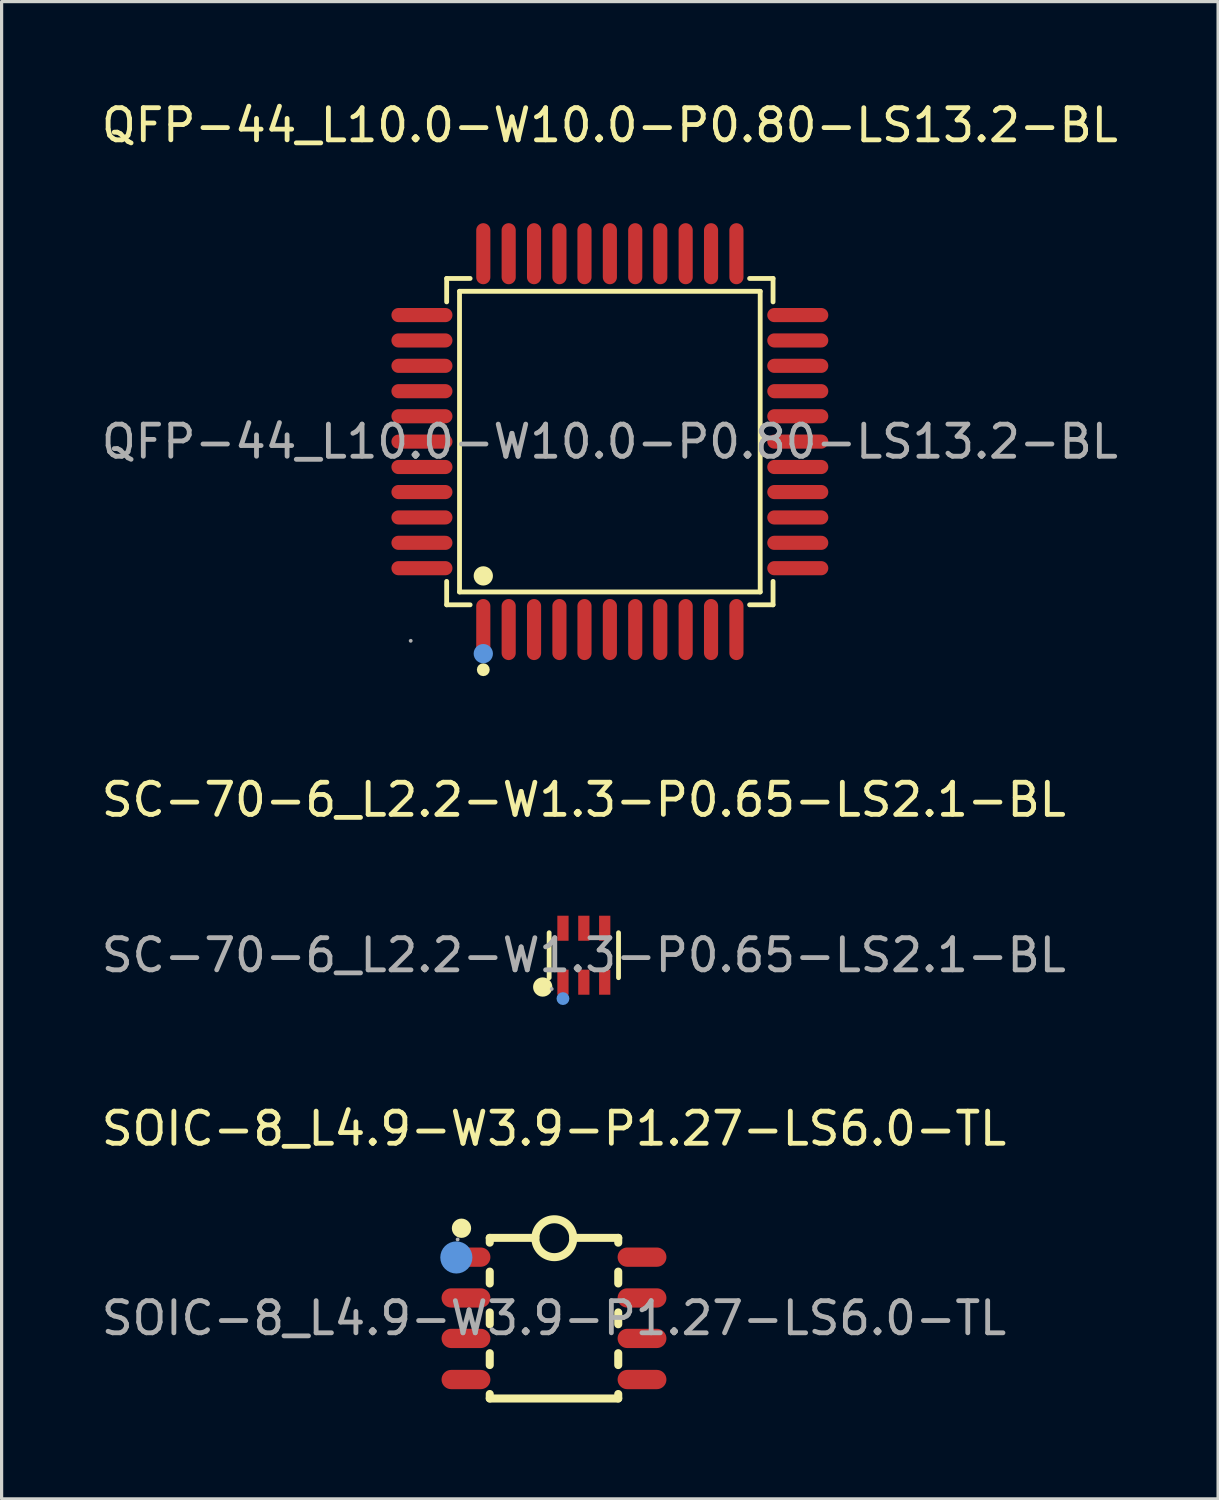
<source format=kicad_pcb>
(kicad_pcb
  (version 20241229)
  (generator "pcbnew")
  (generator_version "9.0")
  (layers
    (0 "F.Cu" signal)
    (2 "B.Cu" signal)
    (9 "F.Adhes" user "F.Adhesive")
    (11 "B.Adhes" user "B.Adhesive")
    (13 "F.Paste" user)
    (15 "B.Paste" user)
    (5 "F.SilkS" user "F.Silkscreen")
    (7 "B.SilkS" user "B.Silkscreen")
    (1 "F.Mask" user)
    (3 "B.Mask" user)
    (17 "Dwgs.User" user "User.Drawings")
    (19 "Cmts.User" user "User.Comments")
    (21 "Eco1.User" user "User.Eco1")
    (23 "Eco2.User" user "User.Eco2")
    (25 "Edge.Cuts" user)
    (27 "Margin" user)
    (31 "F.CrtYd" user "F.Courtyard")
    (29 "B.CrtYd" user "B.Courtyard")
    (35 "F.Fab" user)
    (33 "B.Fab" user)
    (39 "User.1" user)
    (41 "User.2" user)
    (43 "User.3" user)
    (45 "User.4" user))
  (footprint "SOIC-8_L4.9-W3.9-P1.27-LS6.0-TL"
    (layer "F.Cu")
    (at 14.196 37.985)
    (property "Reference" "SOIC-8_L4.9-W3.9-P1.27-LS6.0-TL" (at 0 -5.9 0) (layer "F.SilkS") (effects (font (size 1 1) (thickness 0.15))))
    (attr through_hole)
    (fp_line (start -2 -2.5) (end -2 -2.35) (stroke (width 0.25) (type solid)) (layer "F.SilkS"))
    (fp_line (start -2 -1.45) (end -2 -1.08) (stroke (width 0.25) (type solid)) (layer "F.SilkS"))
    (fp_line (start -2 -0.18) (end -2 0.19) (stroke (width 0.25) (type solid)) (layer "F.SilkS"))
    (fp_line (start -2 1.09) (end -2 1.46) (stroke (width 0.25) (type solid)) (layer "F.SilkS"))
    (fp_line (start -2 2.36) (end -2 2.5) (stroke (width 0.25) (type solid)) (layer "F.SilkS"))
    (fp_line (start -0.58 -2.5) (end -2 -2.5) (stroke (width 0.25) (type solid)) (layer "F.SilkS"))
    (fp_line (start 2 -2.5) (end 0.6 -2.5) (stroke (width 0.25) (type solid)) (layer "F.SilkS"))
    (fp_line (start 2 -2.5) (end 2 -2.35) (stroke (width 0.25) (type solid)) (layer "F.SilkS"))
    (fp_line (start 2 -1.45) (end 2 -1.08) (stroke (width 0.25) (type solid)) (layer "F.SilkS"))
    (fp_line (start 2 -0.18) (end 2 0.19) (stroke (width 0.25) (type solid)) (layer "F.SilkS"))
    (fp_line (start 2 1.09) (end 2 1.46) (stroke (width 0.25) (type solid)) (layer "F.SilkS"))
    (fp_line (start 2 2.36) (end 2 2.5) (stroke (width 0.25) (type solid)) (layer "F.SilkS"))
    (fp_line (start 2 2.5) (end -2 2.5) (stroke (width 0.25) (type solid)) (layer "F.SilkS"))
    (fp_arc (start -0.57991 -2.500297) (mid 0.599977 -2.484851) (end -0.58 -2.49) (stroke (width 0.25) (type solid)) (layer "F.SilkS"))
    (fp_circle (center -2.88 -2.8) (end -2.73 -2.8) (stroke (width 0.3) (type solid)) (fill no) (layer "F.SilkS"))
    (fp_circle (center -3.04 -1.89) (end -2.79 -1.89) (stroke (width 0.5) (type solid)) (fill no) (layer "Cmts.User"))
    (fp_circle (center -3 -2.45) (end -2.97 -2.45) (stroke (width 0.06) (type solid)) (fill no) (layer "F.Fab"))
    (fp_text user "${REFERENCE}" (at 0 0 0) (layer "F.Fab") (effects (font (size 1 1) (thickness 0.15))))
    (pad "1" smd oval (at -2.74 -1.9 90) (size 0.6 1.52) (layers "F.Cu" "F.Mask" "F.Paste"))
    (pad "2" smd oval (at -2.74 -0.63 90) (size 0.6 1.52) (layers "F.Cu" "F.Mask" "F.Paste"))
    (pad "3" smd oval (at -2.74 0.63 90) (size 0.6 1.52) (layers "F.Cu" "F.Mask" "F.Paste"))
    (pad "4" smd oval (at -2.74 1.91 90) (size 0.6 1.52) (layers "F.Cu" "F.Mask" "F.Paste"))
    (pad "5" smd oval (at 2.74 1.91 90) (size 0.6 1.52) (layers "F.Cu" "F.Mask" "F.Paste"))
    (pad "6" smd oval (at 2.74 0.63 90) (size 0.6 1.52) (layers "F.Cu" "F.Mask" "F.Paste"))
    (pad "7" smd oval (at 2.74 -0.63 90) (size 0.6 1.52) (layers "F.Cu" "F.Mask" "F.Paste"))
    (pad "8" smd oval (at 2.74 -1.9 90) (size 0.6 1.52) (layers "F.Cu" "F.Mask" "F.Paste")))
  (footprint "QFP-44_L10.0-W10.0-P0.80-LS13.2-BL"
    (layer "F.Cu")
    (at 15.935 10.698)
    (property "Reference" "QFP-44_L10.0-W10.0-P0.80-LS13.2-BL" (at 0 -9.85 0) (layer "F.SilkS") (effects (font (size 1 1) (thickness 0.15))))
    (attr through_hole)
    (fp_line (start -5.08 -5.08) (end -4.35 -5.08) (stroke (width 0.15) (type solid)) (layer "F.SilkS"))
    (fp_line (start -5.08 -4.35) (end -5.08 -5.08) (stroke (width 0.15) (type solid)) (layer "F.SilkS"))
    (fp_line (start -5.08 4.35) (end -5.08 5.08) (stroke (width 0.15) (type solid)) (layer "F.SilkS"))
    (fp_line (start -5.08 5.08) (end -4.35 5.08) (stroke (width 0.15) (type solid)) (layer "F.SilkS"))
    (fp_line (start -4.68 -4.68) (end 4.68 -4.68) (stroke (width 0.15) (type solid)) (layer "F.SilkS"))
    (fp_line (start -4.68 4.68) (end -4.68 -4.68) (stroke (width 0.15) (type solid)) (layer "F.SilkS"))
    (fp_line (start 4.68 -4.68) (end 4.68 4.68) (stroke (width 0.15) (type solid)) (layer "F.SilkS"))
    (fp_line (start 4.68 4.68) (end -4.68 4.68) (stroke (width 0.15) (type solid)) (layer "F.SilkS"))
    (fp_line (start 5.08 -5.08) (end 4.35 -5.08) (stroke (width 0.15) (type solid)) (layer "F.SilkS"))
    (fp_line (start 5.08 -4.35) (end 5.08 -5.08) (stroke (width 0.15) (type solid)) (layer "F.SilkS"))
    (fp_line (start 5.08 4.35) (end 5.08 5.08) (stroke (width 0.15) (type solid)) (layer "F.SilkS"))
    (fp_line (start 5.08 5.08) (end 4.35 5.08) (stroke (width 0.15) (type solid)) (layer "F.SilkS"))
    (fp_circle (center -3.94 4.18) (end -3.79 4.18) (stroke (width 0.3) (type solid)) (fill no) (layer "F.SilkS"))
    (fp_circle (center -3.94 7.1) (end -3.84 7.1) (stroke (width 0.2) (type solid)) (fill no) (layer "F.SilkS"))
    (fp_circle (center -3.94 6.6) (end -3.79 6.6) (stroke (width 0.3) (type solid)) (fill no) (layer "Cmts.User"))
    (fp_circle (center -6.2 6.2) (end -6.17 6.2) (stroke (width 0.06) (type solid)) (fill no) (layer "F.Fab"))
    (fp_text user "${REFERENCE}" (at 0 0 0) (layer "F.Fab") (effects (font (size 1 1) (thickness 0.15))))
    (pad "1" smd oval (at -3.94 5.85) (size 0.44 1.9) (layers "F.Cu" "F.Mask" "F.Paste"))
    (pad "2" smd oval (at -3.15 5.85) (size 0.44 1.9) (layers "F.Cu" "F.Mask" "F.Paste"))
    (pad "3" smd oval (at -2.36 5.85) (size 0.44 1.9) (layers "F.Cu" "F.Mask" "F.Paste"))
    (pad "4" smd oval (at -1.57 5.85) (size 0.44 1.9) (layers "F.Cu" "F.Mask" "F.Paste"))
    (pad "5" smd oval (at -0.79 5.85) (size 0.44 1.9) (layers "F.Cu" "F.Mask" "F.Paste"))
    (pad "6" smd oval (at 0 5.85) (size 0.44 1.9) (layers "F.Cu" "F.Mask" "F.Paste"))
    (pad "7" smd oval (at 0.79 5.85) (size 0.44 1.9) (layers "F.Cu" "F.Mask" "F.Paste"))
    (pad "8" smd oval (at 1.57 5.85) (size 0.44 1.9) (layers "F.Cu" "F.Mask" "F.Paste"))
    (pad "9" smd oval (at 2.36 5.85) (size 0.44 1.9) (layers "F.Cu" "F.Mask" "F.Paste"))
    (pad "10" smd oval (at 3.15 5.85) (size 0.44 1.9) (layers "F.Cu" "F.Mask" "F.Paste"))
    (pad "11" smd oval (at 3.94 5.85) (size 0.44 1.9) (layers "F.Cu" "F.Mask" "F.Paste"))
    (pad "12" smd oval (at 5.85 3.94) (size 1.9 0.44) (layers "F.Cu" "F.Mask" "F.Paste"))
    (pad "13" smd oval (at 5.85 3.15) (size 1.9 0.44) (layers "F.Cu" "F.Mask" "F.Paste"))
    (pad "14" smd oval (at 5.85 2.36) (size 1.9 0.44) (layers "F.Cu" "F.Mask" "F.Paste"))
    (pad "15" smd oval (at 5.85 1.57) (size 1.9 0.44) (layers "F.Cu" "F.Mask" "F.Paste"))
    (pad "16" smd oval (at 5.85 0.79) (size 1.9 0.44) (layers "F.Cu" "F.Mask" "F.Paste"))
    (pad "17" smd oval (at 5.85 0) (size 1.9 0.44) (layers "F.Cu" "F.Mask" "F.Paste"))
    (pad "18" smd oval (at 5.85 -0.79) (size 1.9 0.44) (layers "F.Cu" "F.Mask" "F.Paste"))
    (pad "19" smd oval (at 5.85 -1.57) (size 1.9 0.44) (layers "F.Cu" "F.Mask" "F.Paste"))
    (pad "20" smd oval (at 5.85 -2.36) (size 1.9 0.44) (layers "F.Cu" "F.Mask" "F.Paste"))
    (pad "21" smd oval (at 5.85 -3.15) (size 1.9 0.44) (layers "F.Cu" "F.Mask" "F.Paste"))
    (pad "22" smd oval (at 5.85 -3.94) (size 1.9 0.44) (layers "F.Cu" "F.Mask" "F.Paste"))
    (pad "23" smd oval (at 3.94 -5.85) (size 0.44 1.9) (layers "F.Cu" "F.Mask" "F.Paste"))
    (pad "24" smd oval (at 3.15 -5.85) (size 0.44 1.9) (layers "F.Cu" "F.Mask" "F.Paste"))
    (pad "25" smd oval (at 2.36 -5.85) (size 0.44 1.9) (layers "F.Cu" "F.Mask" "F.Paste"))
    (pad "26" smd oval (at 1.57 -5.85) (size 0.44 1.9) (layers "F.Cu" "F.Mask" "F.Paste"))
    (pad "27" smd oval (at 0.79 -5.85) (size 0.44 1.9) (layers "F.Cu" "F.Mask" "F.Paste"))
    (pad "28" smd oval (at 0 -5.85) (size 0.44 1.9) (layers "F.Cu" "F.Mask" "F.Paste"))
    (pad "29" smd oval (at -0.79 -5.85) (size 0.44 1.9) (layers "F.Cu" "F.Mask" "F.Paste"))
    (pad "30" smd oval (at -1.57 -5.85) (size 0.44 1.9) (layers "F.Cu" "F.Mask" "F.Paste"))
    (pad "31" smd oval (at -2.36 -5.85) (size 0.44 1.9) (layers "F.Cu" "F.Mask" "F.Paste"))
    (pad "32" smd oval (at -3.15 -5.85) (size 0.44 1.9) (layers "F.Cu" "F.Mask" "F.Paste"))
    (pad "33" smd oval (at -3.94 -5.85) (size 0.44 1.9) (layers "F.Cu" "F.Mask" "F.Paste"))
    (pad "34" smd oval (at -5.85 -3.94) (size 1.9 0.44) (layers "F.Cu" "F.Mask" "F.Paste"))
    (pad "35" smd oval (at -5.85 -3.15) (size 1.9 0.44) (layers "F.Cu" "F.Mask" "F.Paste"))
    (pad "36" smd oval (at -5.85 -2.36) (size 1.9 0.44) (layers "F.Cu" "F.Mask" "F.Paste"))
    (pad "37" smd oval (at -5.85 -1.57) (size 1.9 0.44) (layers "F.Cu" "F.Mask" "F.Paste"))
    (pad "38" smd oval (at -5.85 -0.79) (size 1.9 0.44) (layers "F.Cu" "F.Mask" "F.Paste"))
    (pad "39" smd oval (at -5.85 0) (size 1.9 0.44) (layers "F.Cu" "F.Mask" "F.Paste"))
    (pad "40" smd oval (at -5.85 0.79) (size 1.9 0.44) (layers "F.Cu" "F.Mask" "F.Paste"))
    (pad "41" smd oval (at -5.85 1.57) (size 1.9 0.44) (layers "F.Cu" "F.Mask" "F.Paste"))
    (pad "42" smd oval (at -5.85 2.36) (size 1.9 0.44) (layers "F.Cu" "F.Mask" "F.Paste"))
    (pad "43" smd oval (at -5.85 3.15) (size 1.9 0.44) (layers "F.Cu" "F.Mask" "F.Paste"))
    (pad "44" smd oval (at -5.85 3.94) (size 1.9 0.44) (layers "F.Cu" "F.Mask" "F.Paste")))
  (footprint "SC-70-6_L2.2-W1.3-P0.65-LS2.1-BL"
    (layer "F.Cu")
    (at 15.125 26.686)
    (property "Reference" "SC-70-6_L2.2-W1.3-P0.65-LS2.1-BL" (at 0 -4.84 0) (layer "F.SilkS") (effects (font (size 1 1) (thickness 0.15))))
    (attr through_hole)
    (fp_line (start -1.08 0.7) (end -1.08 -0.7) (stroke (width 0.15) (type solid)) (layer "F.SilkS"))
    (fp_line (start 1.08 0.7) (end 1.08 -0.7) (stroke (width 0.15) (type solid)) (layer "F.SilkS"))
    (fp_circle (center -1.28 0.99) (end -1.13 0.99) (stroke (width 0.3) (type solid)) (fill no) (layer "F.SilkS"))
    (fp_circle (center -0.65 1.35) (end -0.55 1.35) (stroke (width 0.2) (type solid)) (fill no) (layer "Cmts.User"))
    (fp_circle (center -1 1.05) (end -0.97 1.05) (stroke (width 0.06) (type solid)) (fill no) (layer "F.Fab"))
    (fp_text user "${REFERENCE}" (at 0 0 0) (layer "F.Fab") (effects (font (size 1 1) (thickness 0.15))))
    (pad "1" smd rect (at -0.65 0.84) (size 0.35 0.78) (layers "F.Cu" "F.Mask" "F.Paste"))
    (pad "2" smd rect (at 0 0.84) (size 0.35 0.78) (layers "F.Cu" "F.Mask" "F.Paste"))
    (pad "3" smd rect (at 0.65 0.84) (size 0.35 0.78) (layers "F.Cu" "F.Mask" "F.Paste"))
    (pad "4" smd rect (at 0.65 -0.84) (size 0.35 0.78) (layers "F.Cu" "F.Mask" "F.Paste"))
    (pad "5" smd rect (at 0 -0.84) (size 0.35 0.78) (layers "F.Cu" "F.Mask" "F.Paste"))
    (pad "6" smd rect (at -0.65 -0.84) (size 0.35 0.78) (layers "F.Cu" "F.Mask" "F.Paste")))
  (gr_rect
    (start -3 -3)
    (end 34.869 43.61)
    (stroke (width 0.1) (type default))
    (fill no)
    (layer "Edge.Cuts")))
</source>
